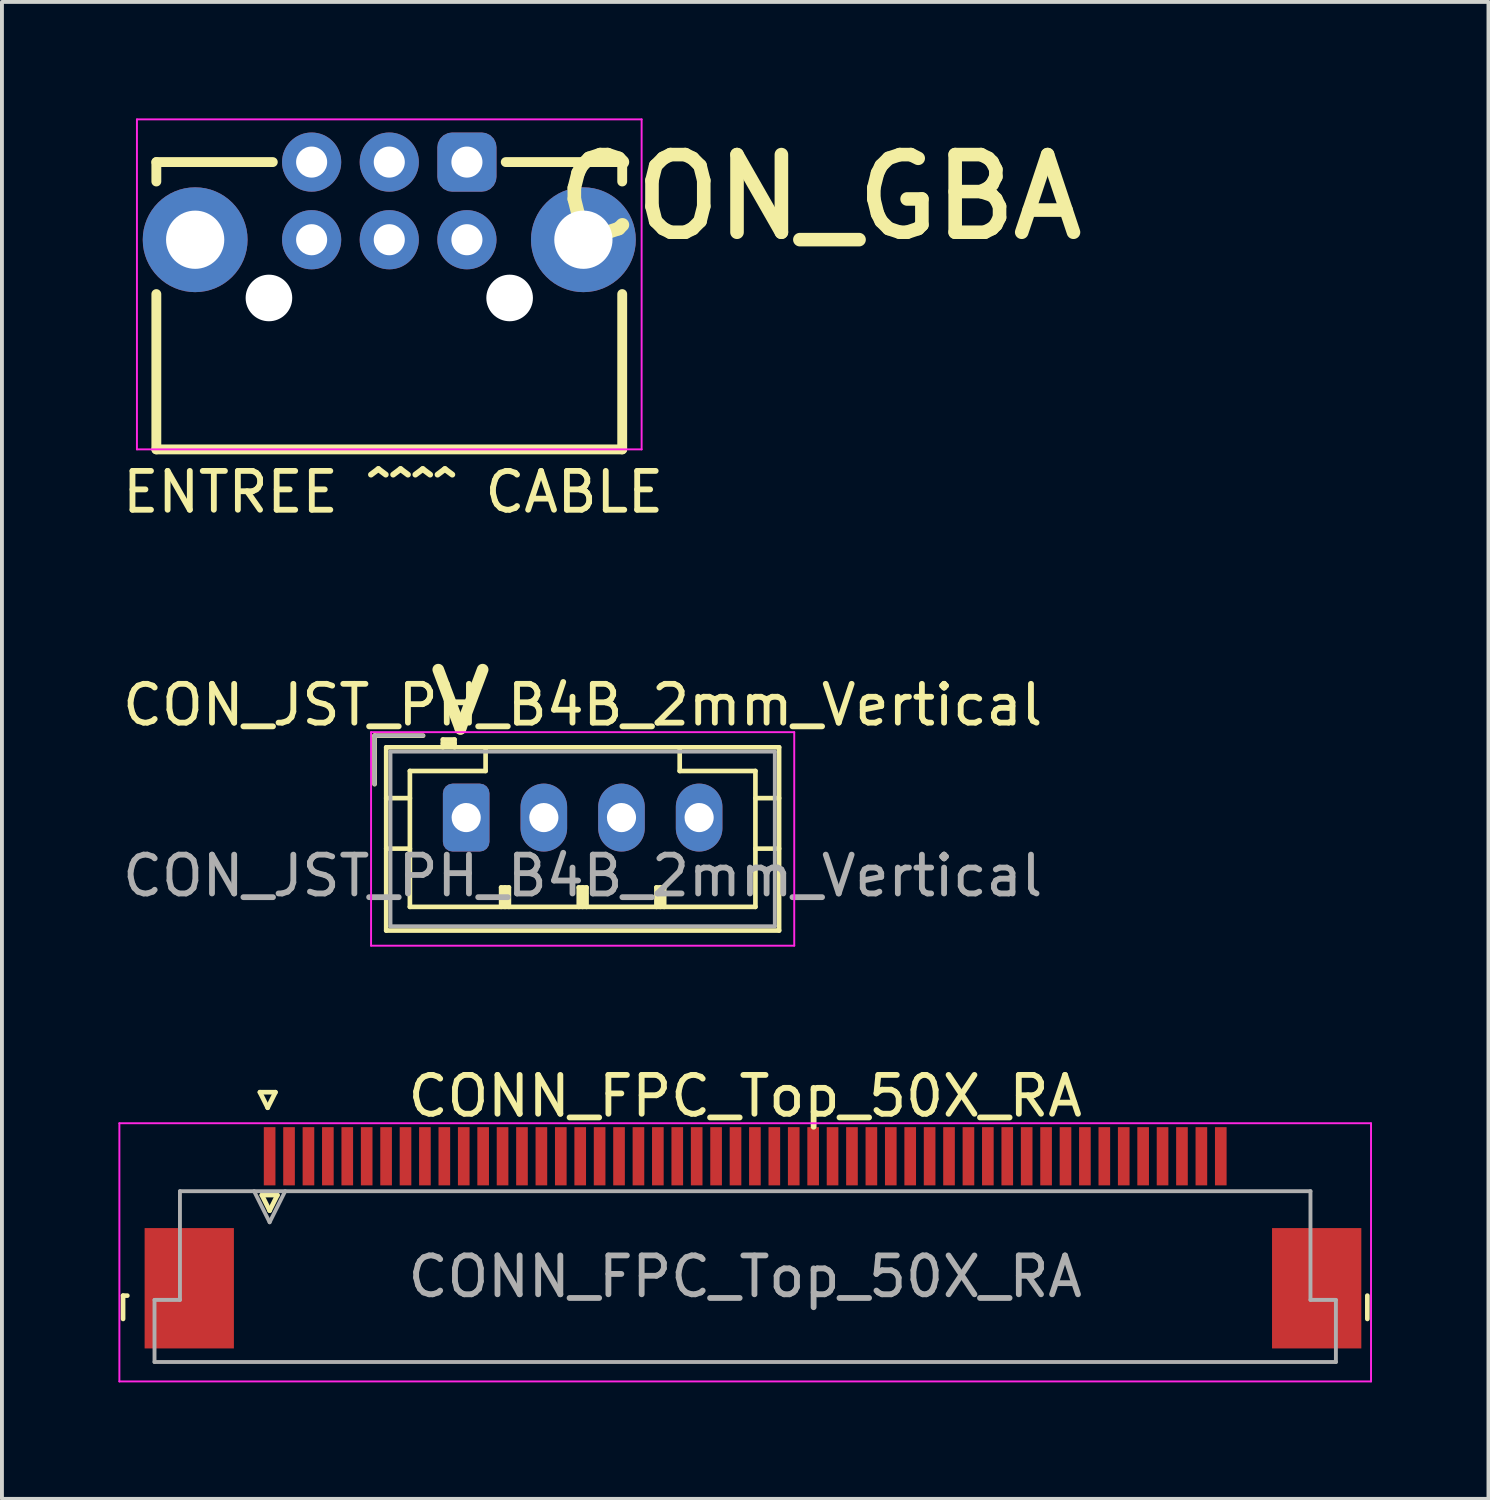
<source format=kicad_pcb>
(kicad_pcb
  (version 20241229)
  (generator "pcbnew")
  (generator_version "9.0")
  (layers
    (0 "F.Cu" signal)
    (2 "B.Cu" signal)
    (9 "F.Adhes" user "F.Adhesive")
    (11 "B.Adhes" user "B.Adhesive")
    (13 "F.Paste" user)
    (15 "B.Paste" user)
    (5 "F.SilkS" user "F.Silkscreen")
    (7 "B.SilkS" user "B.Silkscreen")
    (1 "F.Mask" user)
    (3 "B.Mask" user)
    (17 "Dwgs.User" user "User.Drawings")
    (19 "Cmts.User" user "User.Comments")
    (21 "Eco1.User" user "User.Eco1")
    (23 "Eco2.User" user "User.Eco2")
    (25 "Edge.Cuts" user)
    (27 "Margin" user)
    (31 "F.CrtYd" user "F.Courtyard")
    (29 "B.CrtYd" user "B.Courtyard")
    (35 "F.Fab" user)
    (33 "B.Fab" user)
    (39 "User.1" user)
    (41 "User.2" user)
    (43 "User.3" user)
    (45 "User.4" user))
  (footprint "CON_GBA"
    (layer "F.Cu")
    (at 6.977 2.125)
    (property "Reference" "CON_GBA" (at 11.1 -0.1 0) (unlocked yes) (layer "F.SilkS") (effects (font (size 2 2) (thickness 0.35))))
    (attr through_hole)
    (fp_line (start -6 -1) (end -6 -0.5) (stroke (width 0.254) (type solid)) (layer "F.SilkS"))
    (fp_line (start -6 2.4) (end -6 6.4) (stroke (width 0.254) (type solid)) (layer "F.SilkS"))
    (fp_line (start -6 6.4) (end 6 6.4) (stroke (width 0.254) (type solid)) (layer "F.SilkS"))
    (fp_line (start -3 -1) (end -6 -1) (stroke (width 0.254) (type solid)) (layer "F.SilkS"))
    (fp_line (start 6 -1) (end 3 -1) (stroke (width 0.254) (type solid)) (layer "F.SilkS"))
    (fp_line (start 6 -0.5) (end 6 -1) (stroke (width 0.254) (type solid)) (layer "F.SilkS"))
    (fp_line (start 6 6.4) (end 6 2.4) (stroke (width 0.254) (type solid)) (layer "F.SilkS"))
    (fp_line (start -6.5 -2.1) (end -6.5 6.4) (stroke (width 0.05) (type solid)) (layer "F.CrtYd"))
    (fp_line (start -6.5 6.4) (end 6.5 6.4) (stroke (width 0.05) (type solid)) (layer "F.CrtYd"))
    (fp_line (start 6.5 -2.1) (end -6.5 -2.1) (stroke (width 0.05) (type solid)) (layer "F.CrtYd"))
    (fp_line (start 6.5 6.4) (end 6.5 -2.1) (stroke (width 0.05) (type solid)) (layer "F.CrtYd"))
    (fp_text user "ENTREE ^^^^ CABLE" (at 0.1 7.5 0) (unlocked yes) (layer "F.SilkS") (effects (font (size 1 1) (thickness 0.15))))
    (pad "" np_thru_hole circle (at -3.1 2.5) (size 1.2 1.2) (drill 1.2) (layers "*.Cu" "*.Mask"))
    (pad "" np_thru_hole circle (at 3.1 2.5) (size 1.2 1.2) (drill 1.2) (layers "*.Cu" "*.Mask"))
    (pad "1" thru_hole roundrect (at 2 -1) (size 1.524 1.524) (drill 0.8) (layers "*.Cu" "*.Mask") (roundrect_rratio 0.25))
    (pad "2" thru_hole circle (at 2 1) (size 1.524 1.524) (drill 0.8) (layers "*.Cu" "*.Mask"))
    (pad "3" thru_hole circle (at 0 -1) (size 1.524 1.524) (drill 0.8) (layers "*.Cu" "*.Mask"))
    (pad "4" thru_hole circle (at 0 1) (size 1.524 1.524) (drill 0.8) (layers "*.Cu" "*.Mask"))
    (pad "5" thru_hole circle (at -2 -1) (size 1.524 1.524) (drill 0.8) (layers "*.Cu" "*.Mask"))
    (pad "6" thru_hole circle (at -2 1) (size 1.524 1.524) (drill 0.8) (layers "*.Cu" "*.Mask"))
    (pad "7" thru_hole circle (at 5 1) (size 2.7 2.7) (drill 1.5) (layers "*.Cu" "*.Mask"))
    (pad "8" thru_hole circle (at -5 1) (size 2.7 2.7) (drill 1.5) (layers "*.Cu" "*.Mask")))
  (footprint "CON_JST_PH_B4B_2mm_Vertical"
    (layer "F.Cu")
    (at 8.958 18.009)
    (property "Reference" "CON_JST_PH_B4B_2mm_Vertical" (at 3 -2.9 0) (layer "F.SilkS") (effects (font (size 1 1) (thickness 0.15))))
    (attr through_hole)
    (fp_line (start -2.36 -2.11) (end -2.36 -0.86) (stroke (width 0.12) (type solid)) (layer "F.SilkS"))
    (fp_line (start -2.06 -1.81) (end -2.06 2.91) (stroke (width 0.12) (type solid)) (layer "F.SilkS"))
    (fp_line (start -2.06 -0.5) (end -1.45 -0.5) (stroke (width 0.12) (type solid)) (layer "F.SilkS"))
    (fp_line (start -2.06 0.8) (end -1.45 0.8) (stroke (width 0.12) (type solid)) (layer "F.SilkS"))
    (fp_line (start -2.06 2.91) (end 8.06 2.91) (stroke (width 0.12) (type solid)) (layer "F.SilkS"))
    (fp_line (start -1.45 -1.2) (end -1.45 2.3) (stroke (width 0.12) (type solid)) (layer "F.SilkS"))
    (fp_line (start -1.45 2.3) (end 7.45 2.3) (stroke (width 0.12) (type solid)) (layer "F.SilkS"))
    (fp_line (start -1.11 -2.11) (end -2.36 -2.11) (stroke (width 0.12) (type solid)) (layer "F.SilkS"))
    (fp_line (start -0.6 -2.01) (end -0.6 -1.81) (stroke (width 0.12) (type solid)) (layer "F.SilkS"))
    (fp_line (start -0.3 -2.01) (end -0.6 -2.01) (stroke (width 0.12) (type solid)) (layer "F.SilkS"))
    (fp_line (start -0.3 -1.91) (end -0.6 -1.91) (stroke (width 0.12) (type solid)) (layer "F.SilkS"))
    (fp_line (start -0.3 -1.81) (end -0.3 -2.01) (stroke (width 0.12) (type solid)) (layer "F.SilkS"))
    (fp_line (start 0.5 -1.81) (end 0.5 -1.2) (stroke (width 0.12) (type solid)) (layer "F.SilkS"))
    (fp_line (start 0.5 -1.2) (end -1.45 -1.2) (stroke (width 0.12) (type solid)) (layer "F.SilkS"))
    (fp_line (start 0.9 1.8) (end 1.1 1.8) (stroke (width 0.12) (type solid)) (layer "F.SilkS"))
    (fp_line (start 0.9 2.3) (end 0.9 1.8) (stroke (width 0.12) (type solid)) (layer "F.SilkS"))
    (fp_line (start 1 2.3) (end 1 1.8) (stroke (width 0.12) (type solid)) (layer "F.SilkS"))
    (fp_line (start 1.1 1.8) (end 1.1 2.3) (stroke (width 0.12) (type solid)) (layer "F.SilkS"))
    (fp_line (start 2.9 1.8) (end 3.1 1.8) (stroke (width 0.12) (type solid)) (layer "F.SilkS"))
    (fp_line (start 2.9 2.3) (end 2.9 1.8) (stroke (width 0.12) (type solid)) (layer "F.SilkS"))
    (fp_line (start 3 2.3) (end 3 1.8) (stroke (width 0.12) (type solid)) (layer "F.SilkS"))
    (fp_line (start 3.1 1.8) (end 3.1 2.3) (stroke (width 0.12) (type solid)) (layer "F.SilkS"))
    (fp_line (start 4.9 1.8) (end 5.1 1.8) (stroke (width 0.12) (type solid)) (layer "F.SilkS"))
    (fp_line (start 4.9 2.3) (end 4.9 1.8) (stroke (width 0.12) (type solid)) (layer "F.SilkS"))
    (fp_line (start 5 2.3) (end 5 1.8) (stroke (width 0.12) (type solid)) (layer "F.SilkS"))
    (fp_line (start 5.1 1.8) (end 5.1 2.3) (stroke (width 0.12) (type solid)) (layer "F.SilkS"))
    (fp_line (start 5.5 -1.2) (end 5.5 -1.81) (stroke (width 0.12) (type solid)) (layer "F.SilkS"))
    (fp_line (start 7.45 -1.2) (end 5.5 -1.2) (stroke (width 0.12) (type solid)) (layer "F.SilkS"))
    (fp_line (start 7.45 2.3) (end 7.45 -1.2) (stroke (width 0.12) (type solid)) (layer "F.SilkS"))
    (fp_line (start 8.06 -1.81) (end -2.06 -1.81) (stroke (width 0.12) (type solid)) (layer "F.SilkS"))
    (fp_line (start 8.06 -0.5) (end 7.45 -0.5) (stroke (width 0.12) (type solid)) (layer "F.SilkS"))
    (fp_line (start 8.06 0.8) (end 7.45 0.8) (stroke (width 0.12) (type solid)) (layer "F.SilkS"))
    (fp_line (start 8.06 2.91) (end 8.06 -1.81) (stroke (width 0.12) (type solid)) (layer "F.SilkS"))
    (fp_line (start -2.45 -2.2) (end -2.45 3.3) (stroke (width 0.05) (type solid)) (layer "F.CrtYd"))
    (fp_line (start -2.45 3.3) (end 8.45 3.3) (stroke (width 0.05) (type solid)) (layer "F.CrtYd"))
    (fp_line (start 8.45 -2.2) (end -2.45 -2.2) (stroke (width 0.05) (type solid)) (layer "F.CrtYd"))
    (fp_line (start 8.45 3.3) (end 8.45 -2.2) (stroke (width 0.05) (type solid)) (layer "F.CrtYd"))
    (fp_line (start -2.36 -2.11) (end -2.36 -0.86) (stroke (width 0.1) (type solid)) (layer "F.Fab"))
    (fp_line (start -1.95 -1.7) (end -1.95 2.8) (stroke (width 0.1) (type solid)) (layer "F.Fab"))
    (fp_line (start -1.95 2.8) (end 7.95 2.8) (stroke (width 0.1) (type solid)) (layer "F.Fab"))
    (fp_line (start -1.11 -2.11) (end -2.36 -2.11) (stroke (width 0.1) (type solid)) (layer "F.Fab"))
    (fp_line (start 7.95 -1.7) (end -1.95 -1.7) (stroke (width 0.1) (type solid)) (layer "F.Fab"))
    (fp_line (start 7.95 2.8) (end 7.95 -1.7) (stroke (width 0.1) (type solid)) (layer "F.Fab"))
    (fp_text user ">" (at 0 -3.048 270) (unlocked yes) (layer "F.SilkS") (effects (font (size 2 2) (thickness 0.3))))
    (fp_text user "${REFERENCE}" (at 3 1.5 0) (layer "F.Fab") (effects (font (size 1 1) (thickness 0.15))))
    (pad "1" thru_hole roundrect (at 0 0) (size 1.2 1.75) (drill 0.75) (layers "*.Cu" "*.Mask") (roundrect_rratio 0.208))
    (pad "2" thru_hole oval (at 2 0) (size 1.2 1.75) (drill 0.75) (layers "*.Cu" "*.Mask"))
    (pad "3" thru_hole oval (at 4 0) (size 1.2 1.75) (drill 0.75) (layers "*.Cu" "*.Mask"))
    (pad "4" thru_hole oval (at 6 0) (size 1.2 1.75) (drill 0.75) (layers "*.Cu" "*.Mask")))
  (footprint "CONN_FPC_Top_50X_RA"
    (layer "F.Cu")
    (at 16.145 28.283)
    (property "Reference" "CONN_FPC_Top_50X_RA" (at 0 -3.1 0) (layer "F.SilkS") (effects (font (size 1 1) (thickness 0.15))))
    (attr smd)
    (fp_line (start -16.025 2.04) (end -16.025 2.64) (stroke (width 0.12) (type solid)) (layer "F.SilkS"))
    (fp_line (start -15.915 2.04) (end -16.025 2.04) (stroke (width 0.12) (type solid)) (layer "F.SilkS"))
    (fp_line (start -12.5 -3.2) (end -12.3 -2.8) (stroke (width 0.12) (type solid)) (layer "F.SilkS"))
    (fp_line (start -12.45 -0.55) (end -12.25 -0.15) (stroke (width 0.12) (type solid)) (layer "F.SilkS"))
    (fp_line (start -12.3 -2.8) (end -12.1 -3.2) (stroke (width 0.12) (type solid)) (layer "F.SilkS"))
    (fp_line (start -12.25 -0.15) (end -12.05 -0.55) (stroke (width 0.12) (type solid)) (layer "F.SilkS"))
    (fp_line (start -12.1 -3.2) (end -12.5 -3.2) (stroke (width 0.12) (type solid)) (layer "F.SilkS"))
    (fp_line (start -12.05 -0.55) (end -12.45 -0.55) (stroke (width 0.12) (type solid)) (layer "F.SilkS"))
    (fp_line (start 16.025 2.04) (end 16.025 2.64) (stroke (width 0.12) (type solid)) (layer "F.SilkS"))
    (fp_line (start -16.12 -2.4) (end -16.12 4.25) (stroke (width 0.05) (type solid)) (layer "F.CrtYd"))
    (fp_line (start -16.12 4.25) (end 16.12 4.25) (stroke (width 0.05) (type solid)) (layer "F.CrtYd"))
    (fp_line (start 16.12 -2.4) (end -16.12 -2.4) (stroke (width 0.05) (type solid)) (layer "F.CrtYd"))
    (fp_line (start 16.12 4.25) (end 16.12 -2.4) (stroke (width 0.05) (type solid)) (layer "F.CrtYd"))
    (fp_line (start -15.215 2.15) (end -14.56 2.15) (stroke (width 0.1) (type solid)) (layer "F.Fab"))
    (fp_line (start -15.215 3.75) (end -15.215 2.15) (stroke (width 0.1) (type solid)) (layer "F.Fab"))
    (fp_line (start -14.56 -0.65) (end 14.56 -0.65) (stroke (width 0.1) (type solid)) (layer "F.Fab"))
    (fp_line (start -14.56 2.15) (end -14.56 -0.65) (stroke (width 0.1) (type solid)) (layer "F.Fab"))
    (fp_line (start -12.65 -0.65) (end -12.25 0.15) (stroke (width 0.1) (type solid)) (layer "F.Fab"))
    (fp_line (start -12.25 0.15) (end -11.85 -0.65) (stroke (width 0.1) (type solid)) (layer "F.Fab"))
    (fp_line (start 14.56 -0.65) (end 14.56 2.15) (stroke (width 0.1) (type solid)) (layer "F.Fab"))
    (fp_line (start 14.56 2.15) (end 15.215 2.15) (stroke (width 0.1) (type solid)) (layer "F.Fab"))
    (fp_line (start 15.215 2.15) (end 15.215 3.75) (stroke (width 0.1) (type solid)) (layer "F.Fab"))
    (fp_line (start 15.215 3.75) (end -15.215 3.75) (stroke (width 0.1) (type solid)) (layer "F.Fab"))
    (fp_text user "${REFERENCE}" (at 0 1.55 0) (layer "F.Fab") (effects (font (size 1 1) (thickness 0.15))))
    (pad "1" smd rect (at -12.25 -1.55) (size 0.3 1.5) (layers "F.Cu" "F.Mask" "F.Paste"))
    (pad "2" smd rect (at -11.75 -1.55) (size 0.3 1.5) (layers "F.Cu" "F.Mask" "F.Paste"))
    (pad "3" smd rect (at -11.25 -1.55) (size 0.3 1.5) (layers "F.Cu" "F.Mask" "F.Paste"))
    (pad "4" smd rect (at -10.75 -1.55) (size 0.3 1.5) (layers "F.Cu" "F.Mask" "F.Paste"))
    (pad "5" smd rect (at -10.25 -1.55) (size 0.3 1.5) (layers "F.Cu" "F.Mask" "F.Paste"))
    (pad "6" smd rect (at -9.75 -1.55) (size 0.3 1.5) (layers "F.Cu" "F.Mask" "F.Paste"))
    (pad "7" smd rect (at -9.25 -1.55) (size 0.3 1.5) (layers "F.Cu" "F.Mask" "F.Paste"))
    (pad "8" smd rect (at -8.75 -1.55) (size 0.3 1.5) (layers "F.Cu" "F.Mask" "F.Paste"))
    (pad "9" smd rect (at -8.25 -1.55) (size 0.3 1.5) (layers "F.Cu" "F.Mask" "F.Paste"))
    (pad "10" smd rect (at -7.75 -1.55) (size 0.3 1.5) (layers "F.Cu" "F.Mask" "F.Paste"))
    (pad "11" smd rect (at -7.25 -1.55) (size 0.3 1.5) (layers "F.Cu" "F.Mask" "F.Paste"))
    (pad "12" smd rect (at -6.75 -1.55) (size 0.3 1.5) (layers "F.Cu" "F.Mask" "F.Paste"))
    (pad "13" smd rect (at -6.25 -1.55) (size 0.3 1.5) (layers "F.Cu" "F.Mask" "F.Paste"))
    (pad "14" smd rect (at -5.75 -1.55) (size 0.3 1.5) (layers "F.Cu" "F.Mask" "F.Paste"))
    (pad "15" smd rect (at -5.25 -1.55) (size 0.3 1.5) (layers "F.Cu" "F.Mask" "F.Paste"))
    (pad "16" smd rect (at -4.75 -1.55) (size 0.3 1.5) (layers "F.Cu" "F.Mask" "F.Paste"))
    (pad "17" smd rect (at -4.25 -1.55) (size 0.3 1.5) (layers "F.Cu" "F.Mask" "F.Paste"))
    (pad "18" smd rect (at -3.75 -1.55) (size 0.3 1.5) (layers "F.Cu" "F.Mask" "F.Paste"))
    (pad "19" smd rect (at -3.25 -1.55) (size 0.3 1.5) (layers "F.Cu" "F.Mask" "F.Paste"))
    (pad "20" smd rect (at -2.75 -1.55) (size 0.3 1.5) (layers "F.Cu" "F.Mask" "F.Paste"))
    (pad "21" smd rect (at -2.25 -1.55) (size 0.3 1.5) (layers "F.Cu" "F.Mask" "F.Paste"))
    (pad "22" smd rect (at -1.75 -1.55) (size 0.3 1.5) (layers "F.Cu" "F.Mask" "F.Paste"))
    (pad "23" smd rect (at -1.25 -1.55) (size 0.3 1.5) (layers "F.Cu" "F.Mask" "F.Paste"))
    (pad "24" smd rect (at -0.75 -1.55) (size 0.3 1.5) (layers "F.Cu" "F.Mask" "F.Paste"))
    (pad "25" smd rect (at -0.25 -1.55) (size 0.3 1.5) (layers "F.Cu" "F.Mask" "F.Paste"))
    (pad "26" smd rect (at 0.25 -1.55) (size 0.3 1.5) (layers "F.Cu" "F.Mask" "F.Paste"))
    (pad "27" smd rect (at 0.75 -1.55) (size 0.3 1.5) (layers "F.Cu" "F.Mask" "F.Paste"))
    (pad "28" smd rect (at 1.25 -1.55) (size 0.3 1.5) (layers "F.Cu" "F.Mask" "F.Paste"))
    (pad "29" smd rect (at 1.75 -1.55) (size 0.3 1.5) (layers "F.Cu" "F.Mask" "F.Paste"))
    (pad "30" smd rect (at 2.25 -1.55) (size 0.3 1.5) (layers "F.Cu" "F.Mask" "F.Paste"))
    (pad "31" smd rect (at 2.75 -1.55) (size 0.3 1.5) (layers "F.Cu" "F.Mask" "F.Paste"))
    (pad "32" smd rect (at 3.25 -1.55) (size 0.3 1.5) (layers "F.Cu" "F.Mask" "F.Paste"))
    (pad "33" smd rect (at 3.75 -1.55) (size 0.3 1.5) (layers "F.Cu" "F.Mask" "F.Paste"))
    (pad "34" smd rect (at 4.25 -1.55) (size 0.3 1.5) (layers "F.Cu" "F.Mask" "F.Paste"))
    (pad "35" smd rect (at 4.75 -1.55) (size 0.3 1.5) (layers "F.Cu" "F.Mask" "F.Paste"))
    (pad "36" smd rect (at 5.25 -1.55) (size 0.3 1.5) (layers "F.Cu" "F.Mask" "F.Paste"))
    (pad "37" smd rect (at 5.75 -1.55) (size 0.3 1.5) (layers "F.Cu" "F.Mask" "F.Paste"))
    (pad "38" smd rect (at 6.25 -1.55) (size 0.3 1.5) (layers "F.Cu" "F.Mask" "F.Paste"))
    (pad "39" smd rect (at 6.75 -1.55) (size 0.3 1.5) (layers "F.Cu" "F.Mask" "F.Paste"))
    (pad "40" smd rect (at 7.25 -1.55) (size 0.3 1.5) (layers "F.Cu" "F.Mask" "F.Paste"))
    (pad "41" smd rect (at 7.75 -1.55) (size 0.3 1.5) (layers "F.Cu" "F.Mask" "F.Paste"))
    (pad "42" smd rect (at 8.25 -1.55) (size 0.3 1.5) (layers "F.Cu" "F.Mask" "F.Paste"))
    (pad "43" smd rect (at 8.75 -1.55) (size 0.3 1.5) (layers "F.Cu" "F.Mask" "F.Paste"))
    (pad "44" smd rect (at 9.25 -1.55) (size 0.3 1.5) (layers "F.Cu" "F.Mask" "F.Paste"))
    (pad "45" smd rect (at 9.75 -1.55) (size 0.3 1.5) (layers "F.Cu" "F.Mask" "F.Paste"))
    (pad "46" smd rect (at 10.25 -1.55) (size 0.3 1.5) (layers "F.Cu" "F.Mask" "F.Paste"))
    (pad "47" smd rect (at 10.75 -1.55) (size 0.3 1.5) (layers "F.Cu" "F.Mask" "F.Paste"))
    (pad "48" smd rect (at 11.25 -1.55) (size 0.3 1.5) (layers "F.Cu" "F.Mask" "F.Paste"))
    (pad "49" smd rect (at 11.75 -1.55) (size 0.3 1.5) (layers "F.Cu" "F.Mask" "F.Paste"))
    (pad "50" smd rect (at 12.25 -1.55) (size 0.3 1.5) (layers "F.Cu" "F.Mask" "F.Paste"))
    (pad "MPD" smd rect (at 14.72 1.85) (size 2.3 3.1) (layers "F.Cu" "F.Mask" "F.Paste"))
    (pad "MPG" smd rect (at -14.32 1.85) (size 2.3 3.1) (layers "F.Cu" "F.Mask" "F.Paste")))
  (gr_rect
    (start -3 -3)
    (end 35.29 35.558)
    (stroke (width 0.1) (type default))
    (fill no)
    (layer "Edge.Cuts")))
</source>
